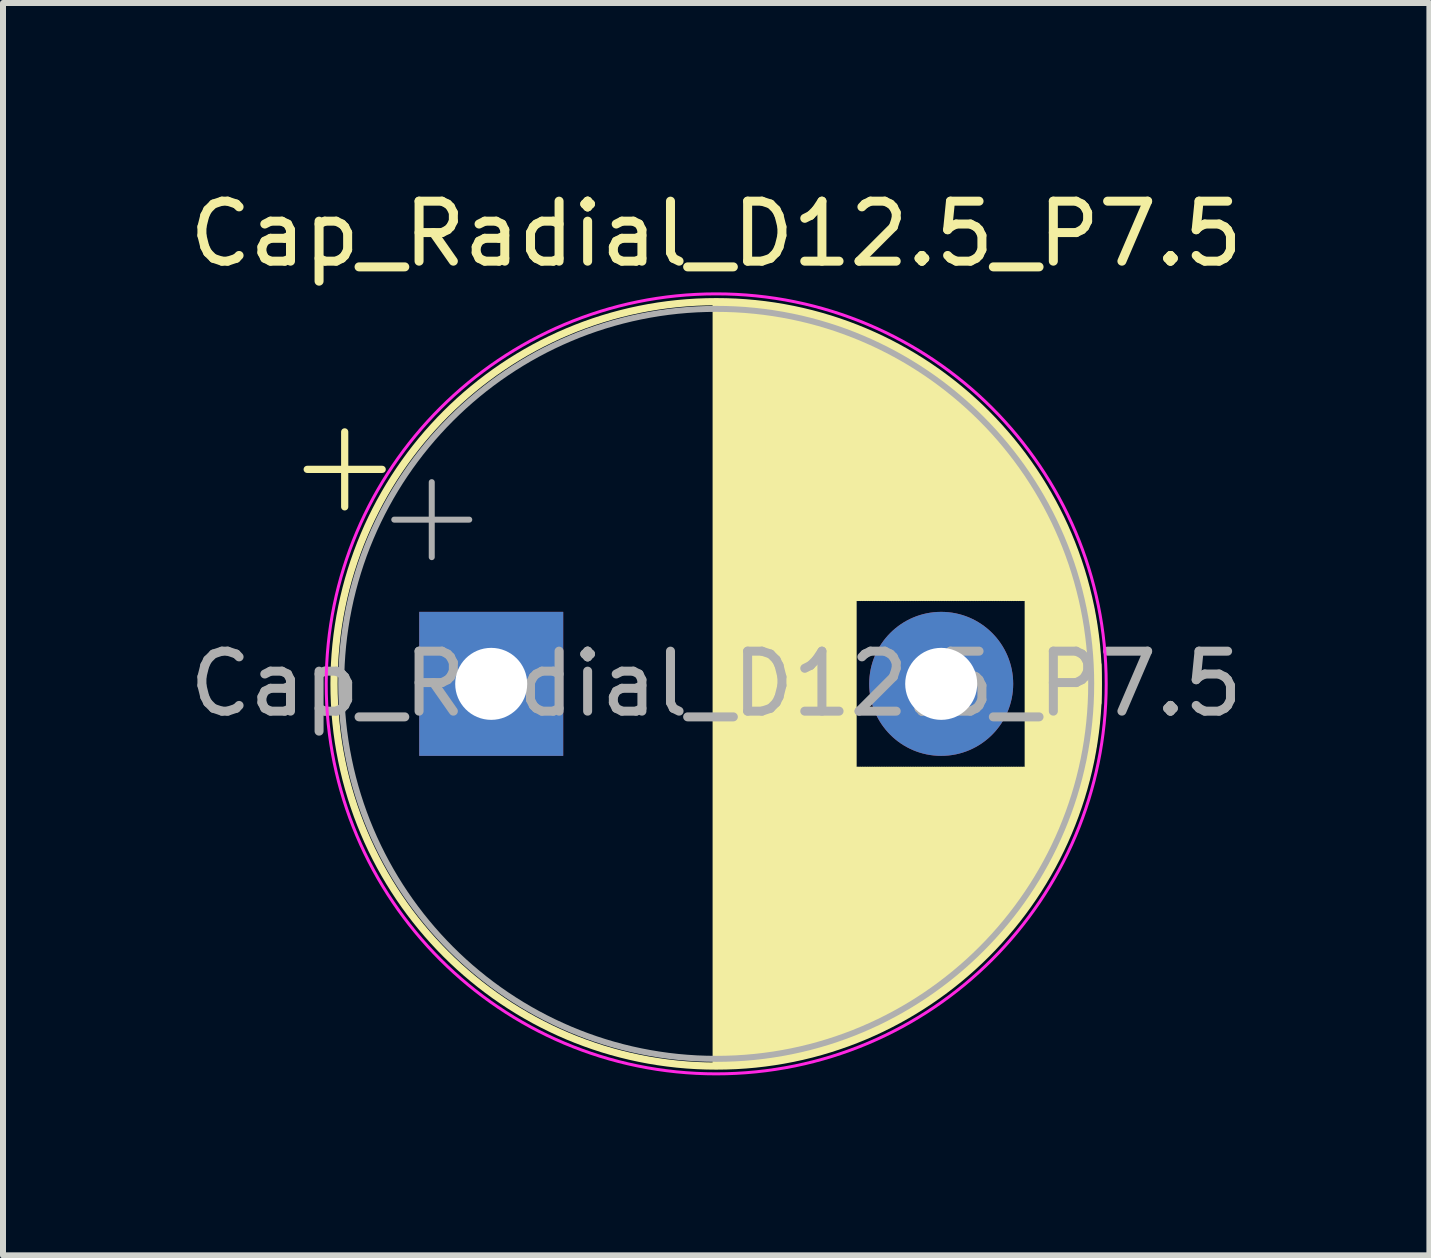
<source format=kicad_pcb>
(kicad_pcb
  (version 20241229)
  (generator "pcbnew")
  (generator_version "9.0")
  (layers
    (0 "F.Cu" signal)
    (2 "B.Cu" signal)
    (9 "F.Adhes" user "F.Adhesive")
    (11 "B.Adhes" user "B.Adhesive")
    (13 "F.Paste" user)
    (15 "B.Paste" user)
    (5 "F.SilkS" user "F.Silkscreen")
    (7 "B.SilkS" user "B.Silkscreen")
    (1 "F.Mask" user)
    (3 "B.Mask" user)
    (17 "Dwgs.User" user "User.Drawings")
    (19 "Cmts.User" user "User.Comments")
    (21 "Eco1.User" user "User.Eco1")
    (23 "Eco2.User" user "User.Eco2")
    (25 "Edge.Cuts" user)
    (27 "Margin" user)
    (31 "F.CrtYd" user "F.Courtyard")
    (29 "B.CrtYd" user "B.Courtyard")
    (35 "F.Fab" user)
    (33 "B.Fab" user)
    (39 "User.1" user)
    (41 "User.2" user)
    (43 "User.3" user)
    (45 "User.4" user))
  (footprint "Cap_Radial_D12.5_P7.5"
    (layer "F.Cu")
    (at 5.137 8.348)
    (property "Reference" "Cap_Radial_D12.5_P7.5" (at 3.75 -7.5 0) (layer "F.SilkS") (effects (font (size 1 1) (thickness 0.15))))
    (fp_line (start -3.067 -3.575) (end -1.817 -3.575) (stroke (width 0.12) (type solid)) (layer "F.SilkS"))
    (fp_line (start -2.442 -4.2) (end -2.442 -2.95) (stroke (width 0.12) (type solid)) (layer "F.SilkS"))
    (fp_line (start 3.75 -6.33) (end 3.75 6.33) (stroke (width 0.12) (type solid)) (layer "F.SilkS"))
    (fp_line (start 3.79 -6.33) (end 3.79 6.33) (stroke (width 0.12) (type solid)) (layer "F.SilkS"))
    (fp_line (start 3.83 -6.33) (end 3.83 6.33) (stroke (width 0.12) (type solid)) (layer "F.SilkS"))
    (fp_line (start 3.87 -6.329) (end 3.87 6.329) (stroke (width 0.12) (type solid)) (layer "F.SilkS"))
    (fp_line (start 3.91 -6.328) (end 3.91 6.328) (stroke (width 0.12) (type solid)) (layer "F.SilkS"))
    (fp_line (start 3.95 -6.327) (end 3.95 6.327) (stroke (width 0.12) (type solid)) (layer "F.SilkS"))
    (fp_line (start 3.99 -6.326) (end 3.99 6.326) (stroke (width 0.12) (type solid)) (layer "F.SilkS"))
    (fp_line (start 4.03 -6.324) (end 4.03 6.324) (stroke (width 0.12) (type solid)) (layer "F.SilkS"))
    (fp_line (start 4.07 -6.322) (end 4.07 6.322) (stroke (width 0.12) (type solid)) (layer "F.SilkS"))
    (fp_line (start 4.11 -6.32) (end 4.11 6.32) (stroke (width 0.12) (type solid)) (layer "F.SilkS"))
    (fp_line (start 4.15 -6.318) (end 4.15 6.318) (stroke (width 0.12) (type solid)) (layer "F.SilkS"))
    (fp_line (start 4.19 -6.315) (end 4.19 6.315) (stroke (width 0.12) (type solid)) (layer "F.SilkS"))
    (fp_line (start 4.23 -6.312) (end 4.23 6.312) (stroke (width 0.12) (type solid)) (layer "F.SilkS"))
    (fp_line (start 4.27 -6.309) (end 4.27 6.309) (stroke (width 0.12) (type solid)) (layer "F.SilkS"))
    (fp_line (start 4.31 -6.306) (end 4.31 6.306) (stroke (width 0.12) (type solid)) (layer "F.SilkS"))
    (fp_line (start 4.35 -6.302) (end 4.35 6.302) (stroke (width 0.12) (type solid)) (layer "F.SilkS"))
    (fp_line (start 4.39 -6.298) (end 4.39 6.298) (stroke (width 0.12) (type solid)) (layer "F.SilkS"))
    (fp_line (start 4.43 -6.294) (end 4.43 6.294) (stroke (width 0.12) (type solid)) (layer "F.SilkS"))
    (fp_line (start 4.471 -6.29) (end 4.471 6.29) (stroke (width 0.12) (type solid)) (layer "F.SilkS"))
    (fp_line (start 4.511 -6.285) (end 4.511 6.285) (stroke (width 0.12) (type solid)) (layer "F.SilkS"))
    (fp_line (start 4.551 -6.28) (end 4.551 6.28) (stroke (width 0.12) (type solid)) (layer "F.SilkS"))
    (fp_line (start 4.591 -6.275) (end 4.591 6.275) (stroke (width 0.12) (type solid)) (layer "F.SilkS"))
    (fp_line (start 4.631 -6.269) (end 4.631 6.269) (stroke (width 0.12) (type solid)) (layer "F.SilkS"))
    (fp_line (start 4.671 -6.264) (end 4.671 6.264) (stroke (width 0.12) (type solid)) (layer "F.SilkS"))
    (fp_line (start 4.711 -6.258) (end 4.711 6.258) (stroke (width 0.12) (type solid)) (layer "F.SilkS"))
    (fp_line (start 4.751 -6.252) (end 4.751 6.252) (stroke (width 0.12) (type solid)) (layer "F.SilkS"))
    (fp_line (start 4.791 -6.245) (end 4.791 6.245) (stroke (width 0.12) (type solid)) (layer "F.SilkS"))
    (fp_line (start 4.831 -6.238) (end 4.831 6.238) (stroke (width 0.12) (type solid)) (layer "F.SilkS"))
    (fp_line (start 4.871 -6.231) (end 4.871 6.231) (stroke (width 0.12) (type solid)) (layer "F.SilkS"))
    (fp_line (start 4.911 -6.224) (end 4.911 6.224) (stroke (width 0.12) (type solid)) (layer "F.SilkS"))
    (fp_line (start 4.951 -6.216) (end 4.951 6.216) (stroke (width 0.12) (type solid)) (layer "F.SilkS"))
    (fp_line (start 4.991 -6.209) (end 4.991 6.209) (stroke (width 0.12) (type solid)) (layer "F.SilkS"))
    (fp_line (start 5.031 -6.201) (end 5.031 6.201) (stroke (width 0.12) (type solid)) (layer "F.SilkS"))
    (fp_line (start 5.071 -6.192) (end 5.071 6.192) (stroke (width 0.12) (type solid)) (layer "F.SilkS"))
    (fp_line (start 5.111 -6.184) (end 5.111 6.184) (stroke (width 0.12) (type solid)) (layer "F.SilkS"))
    (fp_line (start 5.151 -6.175) (end 5.151 6.175) (stroke (width 0.12) (type solid)) (layer "F.SilkS"))
    (fp_line (start 5.191 -6.166) (end 5.191 6.166) (stroke (width 0.12) (type solid)) (layer "F.SilkS"))
    (fp_line (start 5.231 -6.156) (end 5.231 6.156) (stroke (width 0.12) (type solid)) (layer "F.SilkS"))
    (fp_line (start 5.271 -6.146) (end 5.271 6.146) (stroke (width 0.12) (type solid)) (layer "F.SilkS"))
    (fp_line (start 5.311 -6.137) (end 5.311 6.137) (stroke (width 0.12) (type solid)) (layer "F.SilkS"))
    (fp_line (start 5.351 -6.126) (end 5.351 6.126) (stroke (width 0.12) (type solid)) (layer "F.SilkS"))
    (fp_line (start 5.391 -6.116) (end 5.391 6.116) (stroke (width 0.12) (type solid)) (layer "F.SilkS"))
    (fp_line (start 5.431 -6.105) (end 5.431 6.105) (stroke (width 0.12) (type solid)) (layer "F.SilkS"))
    (fp_line (start 5.471 -6.094) (end 5.471 6.094) (stroke (width 0.12) (type solid)) (layer "F.SilkS"))
    (fp_line (start 5.511 -6.083) (end 5.511 6.083) (stroke (width 0.12) (type solid)) (layer "F.SilkS"))
    (fp_line (start 5.551 -6.071) (end 5.551 6.071) (stroke (width 0.12) (type solid)) (layer "F.SilkS"))
    (fp_line (start 5.591 -6.059) (end 5.591 6.059) (stroke (width 0.12) (type solid)) (layer "F.SilkS"))
    (fp_line (start 5.631 -6.047) (end 5.631 6.047) (stroke (width 0.12) (type solid)) (layer "F.SilkS"))
    (fp_line (start 5.671 -6.034) (end 5.671 6.034) (stroke (width 0.12) (type solid)) (layer "F.SilkS"))
    (fp_line (start 5.711 -6.021) (end 5.711 6.021) (stroke (width 0.12) (type solid)) (layer "F.SilkS"))
    (fp_line (start 5.751 -6.008) (end 5.751 6.008) (stroke (width 0.12) (type solid)) (layer "F.SilkS"))
    (fp_line (start 5.791 -5.995) (end 5.791 5.995) (stroke (width 0.12) (type solid)) (layer "F.SilkS"))
    (fp_line (start 5.831 -5.981) (end 5.831 5.981) (stroke (width 0.12) (type solid)) (layer "F.SilkS"))
    (fp_line (start 5.871 -5.967) (end 5.871 5.967) (stroke (width 0.12) (type solid)) (layer "F.SilkS"))
    (fp_line (start 5.911 -5.953) (end 5.911 5.953) (stroke (width 0.12) (type solid)) (layer "F.SilkS"))
    (fp_line (start 5.951 -5.939) (end 5.951 5.939) (stroke (width 0.12) (type solid)) (layer "F.SilkS"))
    (fp_line (start 5.991 -5.924) (end 5.991 5.924) (stroke (width 0.12) (type solid)) (layer "F.SilkS"))
    (fp_line (start 6.031 -5.908) (end 6.031 5.908) (stroke (width 0.12) (type solid)) (layer "F.SilkS"))
    (fp_line (start 6.071 -5.893) (end 6.071 -1.44) (stroke (width 0.12) (type solid)) (layer "F.SilkS"))
    (fp_line (start 6.071 1.44) (end 6.071 5.893) (stroke (width 0.12) (type solid)) (layer "F.SilkS"))
    (fp_line (start 6.111 -5.877) (end 6.111 -1.44) (stroke (width 0.12) (type solid)) (layer "F.SilkS"))
    (fp_line (start 6.111 1.44) (end 6.111 5.877) (stroke (width 0.12) (type solid)) (layer "F.SilkS"))
    (fp_line (start 6.151 -5.861) (end 6.151 -1.44) (stroke (width 0.12) (type solid)) (layer "F.SilkS"))
    (fp_line (start 6.151 1.44) (end 6.151 5.861) (stroke (width 0.12) (type solid)) (layer "F.SilkS"))
    (fp_line (start 6.191 -5.845) (end 6.191 -1.44) (stroke (width 0.12) (type solid)) (layer "F.SilkS"))
    (fp_line (start 6.191 1.44) (end 6.191 5.845) (stroke (width 0.12) (type solid)) (layer "F.SilkS"))
    (fp_line (start 6.231 -5.828) (end 6.231 -1.44) (stroke (width 0.12) (type solid)) (layer "F.SilkS"))
    (fp_line (start 6.231 1.44) (end 6.231 5.828) (stroke (width 0.12) (type solid)) (layer "F.SilkS"))
    (fp_line (start 6.271 -5.811) (end 6.271 -1.44) (stroke (width 0.12) (type solid)) (layer "F.SilkS"))
    (fp_line (start 6.271 1.44) (end 6.271 5.811) (stroke (width 0.12) (type solid)) (layer "F.SilkS"))
    (fp_line (start 6.311 -5.793) (end 6.311 -1.44) (stroke (width 0.12) (type solid)) (layer "F.SilkS"))
    (fp_line (start 6.311 1.44) (end 6.311 5.793) (stroke (width 0.12) (type solid)) (layer "F.SilkS"))
    (fp_line (start 6.351 -5.776) (end 6.351 -1.44) (stroke (width 0.12) (type solid)) (layer "F.SilkS"))
    (fp_line (start 6.351 1.44) (end 6.351 5.776) (stroke (width 0.12) (type solid)) (layer "F.SilkS"))
    (fp_line (start 6.391 -5.758) (end 6.391 -1.44) (stroke (width 0.12) (type solid)) (layer "F.SilkS"))
    (fp_line (start 6.391 1.44) (end 6.391 5.758) (stroke (width 0.12) (type solid)) (layer "F.SilkS"))
    (fp_line (start 6.431 -5.739) (end 6.431 -1.44) (stroke (width 0.12) (type solid)) (layer "F.SilkS"))
    (fp_line (start 6.431 1.44) (end 6.431 5.739) (stroke (width 0.12) (type solid)) (layer "F.SilkS"))
    (fp_line (start 6.471 -5.721) (end 6.471 -1.44) (stroke (width 0.12) (type solid)) (layer "F.SilkS"))
    (fp_line (start 6.471 1.44) (end 6.471 5.721) (stroke (width 0.12) (type solid)) (layer "F.SilkS"))
    (fp_line (start 6.511 -5.702) (end 6.511 -1.44) (stroke (width 0.12) (type solid)) (layer "F.SilkS"))
    (fp_line (start 6.511 1.44) (end 6.511 5.702) (stroke (width 0.12) (type solid)) (layer "F.SilkS"))
    (fp_line (start 6.551 -5.682) (end 6.551 -1.44) (stroke (width 0.12) (type solid)) (layer "F.SilkS"))
    (fp_line (start 6.551 1.44) (end 6.551 5.682) (stroke (width 0.12) (type solid)) (layer "F.SilkS"))
    (fp_line (start 6.591 -5.662) (end 6.591 -1.44) (stroke (width 0.12) (type solid)) (layer "F.SilkS"))
    (fp_line (start 6.591 1.44) (end 6.591 5.662) (stroke (width 0.12) (type solid)) (layer "F.SilkS"))
    (fp_line (start 6.631 -5.642) (end 6.631 -1.44) (stroke (width 0.12) (type solid)) (layer "F.SilkS"))
    (fp_line (start 6.631 1.44) (end 6.631 5.642) (stroke (width 0.12) (type solid)) (layer "F.SilkS"))
    (fp_line (start 6.671 -5.622) (end 6.671 -1.44) (stroke (width 0.12) (type solid)) (layer "F.SilkS"))
    (fp_line (start 6.671 1.44) (end 6.671 5.622) (stroke (width 0.12) (type solid)) (layer "F.SilkS"))
    (fp_line (start 6.711 -5.601) (end 6.711 -1.44) (stroke (width 0.12) (type solid)) (layer "F.SilkS"))
    (fp_line (start 6.711 1.44) (end 6.711 5.601) (stroke (width 0.12) (type solid)) (layer "F.SilkS"))
    (fp_line (start 6.751 -5.58) (end 6.751 -1.44) (stroke (width 0.12) (type solid)) (layer "F.SilkS"))
    (fp_line (start 6.751 1.44) (end 6.751 5.58) (stroke (width 0.12) (type solid)) (layer "F.SilkS"))
    (fp_line (start 6.791 -5.558) (end 6.791 -1.44) (stroke (width 0.12) (type solid)) (layer "F.SilkS"))
    (fp_line (start 6.791 1.44) (end 6.791 5.558) (stroke (width 0.12) (type solid)) (layer "F.SilkS"))
    (fp_line (start 6.831 -5.536) (end 6.831 -1.44) (stroke (width 0.12) (type solid)) (layer "F.SilkS"))
    (fp_line (start 6.831 1.44) (end 6.831 5.536) (stroke (width 0.12) (type solid)) (layer "F.SilkS"))
    (fp_line (start 6.871 -5.514) (end 6.871 -1.44) (stroke (width 0.12) (type solid)) (layer "F.SilkS"))
    (fp_line (start 6.871 1.44) (end 6.871 5.514) (stroke (width 0.12) (type solid)) (layer "F.SilkS"))
    (fp_line (start 6.911 -5.491) (end 6.911 -1.44) (stroke (width 0.12) (type solid)) (layer "F.SilkS"))
    (fp_line (start 6.911 1.44) (end 6.911 5.491) (stroke (width 0.12) (type solid)) (layer "F.SilkS"))
    (fp_line (start 6.951 -5.468) (end 6.951 -1.44) (stroke (width 0.12) (type solid)) (layer "F.SilkS"))
    (fp_line (start 6.951 1.44) (end 6.951 5.468) (stroke (width 0.12) (type solid)) (layer "F.SilkS"))
    (fp_line (start 6.991 -5.445) (end 6.991 -1.44) (stroke (width 0.12) (type solid)) (layer "F.SilkS"))
    (fp_line (start 6.991 1.44) (end 6.991 5.445) (stroke (width 0.12) (type solid)) (layer "F.SilkS"))
    (fp_line (start 7.031 -5.421) (end 7.031 -1.44) (stroke (width 0.12) (type solid)) (layer "F.SilkS"))
    (fp_line (start 7.031 1.44) (end 7.031 5.421) (stroke (width 0.12) (type solid)) (layer "F.SilkS"))
    (fp_line (start 7.071 -5.397) (end 7.071 -1.44) (stroke (width 0.12) (type solid)) (layer "F.SilkS"))
    (fp_line (start 7.071 1.44) (end 7.071 5.397) (stroke (width 0.12) (type solid)) (layer "F.SilkS"))
    (fp_line (start 7.111 -5.372) (end 7.111 -1.44) (stroke (width 0.12) (type solid)) (layer "F.SilkS"))
    (fp_line (start 7.111 1.44) (end 7.111 5.372) (stroke (width 0.12) (type solid)) (layer "F.SilkS"))
    (fp_line (start 7.151 -5.347) (end 7.151 -1.44) (stroke (width 0.12) (type solid)) (layer "F.SilkS"))
    (fp_line (start 7.151 1.44) (end 7.151 5.347) (stroke (width 0.12) (type solid)) (layer "F.SilkS"))
    (fp_line (start 7.191 -5.322) (end 7.191 -1.44) (stroke (width 0.12) (type solid)) (layer "F.SilkS"))
    (fp_line (start 7.191 1.44) (end 7.191 5.322) (stroke (width 0.12) (type solid)) (layer "F.SilkS"))
    (fp_line (start 7.231 -5.296) (end 7.231 -1.44) (stroke (width 0.12) (type solid)) (layer "F.SilkS"))
    (fp_line (start 7.231 1.44) (end 7.231 5.296) (stroke (width 0.12) (type solid)) (layer "F.SilkS"))
    (fp_line (start 7.271 -5.27) (end 7.271 -1.44) (stroke (width 0.12) (type solid)) (layer "F.SilkS"))
    (fp_line (start 7.271 1.44) (end 7.271 5.27) (stroke (width 0.12) (type solid)) (layer "F.SilkS"))
    (fp_line (start 7.311 -5.243) (end 7.311 -1.44) (stroke (width 0.12) (type solid)) (layer "F.SilkS"))
    (fp_line (start 7.311 1.44) (end 7.311 5.243) (stroke (width 0.12) (type solid)) (layer "F.SilkS"))
    (fp_line (start 7.351 -5.216) (end 7.351 -1.44) (stroke (width 0.12) (type solid)) (layer "F.SilkS"))
    (fp_line (start 7.351 1.44) (end 7.351 5.216) (stroke (width 0.12) (type solid)) (layer "F.SilkS"))
    (fp_line (start 7.391 -5.188) (end 7.391 -1.44) (stroke (width 0.12) (type solid)) (layer "F.SilkS"))
    (fp_line (start 7.391 1.44) (end 7.391 5.188) (stroke (width 0.12) (type solid)) (layer "F.SilkS"))
    (fp_line (start 7.431 -5.16) (end 7.431 -1.44) (stroke (width 0.12) (type solid)) (layer "F.SilkS"))
    (fp_line (start 7.431 1.44) (end 7.431 5.16) (stroke (width 0.12) (type solid)) (layer "F.SilkS"))
    (fp_line (start 7.471 -5.131) (end 7.471 -1.44) (stroke (width 0.12) (type solid)) (layer "F.SilkS"))
    (fp_line (start 7.471 1.44) (end 7.471 5.131) (stroke (width 0.12) (type solid)) (layer "F.SilkS"))
    (fp_line (start 7.511 -5.102) (end 7.511 -1.44) (stroke (width 0.12) (type solid)) (layer "F.SilkS"))
    (fp_line (start 7.511 1.44) (end 7.511 5.102) (stroke (width 0.12) (type solid)) (layer "F.SilkS"))
    (fp_line (start 7.551 -5.073) (end 7.551 -1.44) (stroke (width 0.12) (type solid)) (layer "F.SilkS"))
    (fp_line (start 7.551 1.44) (end 7.551 5.073) (stroke (width 0.12) (type solid)) (layer "F.SilkS"))
    (fp_line (start 7.591 -5.043) (end 7.591 -1.44) (stroke (width 0.12) (type solid)) (layer "F.SilkS"))
    (fp_line (start 7.591 1.44) (end 7.591 5.043) (stroke (width 0.12) (type solid)) (layer "F.SilkS"))
    (fp_line (start 7.631 -5.012) (end 7.631 -1.44) (stroke (width 0.12) (type solid)) (layer "F.SilkS"))
    (fp_line (start 7.631 1.44) (end 7.631 5.012) (stroke (width 0.12) (type solid)) (layer "F.SilkS"))
    (fp_line (start 7.671 -4.982) (end 7.671 -1.44) (stroke (width 0.12) (type solid)) (layer "F.SilkS"))
    (fp_line (start 7.671 1.44) (end 7.671 4.982) (stroke (width 0.12) (type solid)) (layer "F.SilkS"))
    (fp_line (start 7.711 -4.95) (end 7.711 -1.44) (stroke (width 0.12) (type solid)) (layer "F.SilkS"))
    (fp_line (start 7.711 1.44) (end 7.711 4.95) (stroke (width 0.12) (type solid)) (layer "F.SilkS"))
    (fp_line (start 7.751 -4.918) (end 7.751 -1.44) (stroke (width 0.12) (type solid)) (layer "F.SilkS"))
    (fp_line (start 7.751 1.44) (end 7.751 4.918) (stroke (width 0.12) (type solid)) (layer "F.SilkS"))
    (fp_line (start 7.791 -4.885) (end 7.791 -1.44) (stroke (width 0.12) (type solid)) (layer "F.SilkS"))
    (fp_line (start 7.791 1.44) (end 7.791 4.885) (stroke (width 0.12) (type solid)) (layer "F.SilkS"))
    (fp_line (start 7.831 -4.852) (end 7.831 -1.44) (stroke (width 0.12) (type solid)) (layer "F.SilkS"))
    (fp_line (start 7.831 1.44) (end 7.831 4.852) (stroke (width 0.12) (type solid)) (layer "F.SilkS"))
    (fp_line (start 7.871 -4.819) (end 7.871 -1.44) (stroke (width 0.12) (type solid)) (layer "F.SilkS"))
    (fp_line (start 7.871 1.44) (end 7.871 4.819) (stroke (width 0.12) (type solid)) (layer "F.SilkS"))
    (fp_line (start 7.911 -4.785) (end 7.911 -1.44) (stroke (width 0.12) (type solid)) (layer "F.SilkS"))
    (fp_line (start 7.911 1.44) (end 7.911 4.785) (stroke (width 0.12) (type solid)) (layer "F.SilkS"))
    (fp_line (start 7.951 -4.75) (end 7.951 -1.44) (stroke (width 0.12) (type solid)) (layer "F.SilkS"))
    (fp_line (start 7.951 1.44) (end 7.951 4.75) (stroke (width 0.12) (type solid)) (layer "F.SilkS"))
    (fp_line (start 7.991 -4.714) (end 7.991 -1.44) (stroke (width 0.12) (type solid)) (layer "F.SilkS"))
    (fp_line (start 7.991 1.44) (end 7.991 4.714) (stroke (width 0.12) (type solid)) (layer "F.SilkS"))
    (fp_line (start 8.031 -4.678) (end 8.031 -1.44) (stroke (width 0.12) (type solid)) (layer "F.SilkS"))
    (fp_line (start 8.031 1.44) (end 8.031 4.678) (stroke (width 0.12) (type solid)) (layer "F.SilkS"))
    (fp_line (start 8.071 -4.642) (end 8.071 -1.44) (stroke (width 0.12) (type solid)) (layer "F.SilkS"))
    (fp_line (start 8.071 1.44) (end 8.071 4.642) (stroke (width 0.12) (type solid)) (layer "F.SilkS"))
    (fp_line (start 8.111 -4.605) (end 8.111 -1.44) (stroke (width 0.12) (type solid)) (layer "F.SilkS"))
    (fp_line (start 8.111 1.44) (end 8.111 4.605) (stroke (width 0.12) (type solid)) (layer "F.SilkS"))
    (fp_line (start 8.151 -4.567) (end 8.151 -1.44) (stroke (width 0.12) (type solid)) (layer "F.SilkS"))
    (fp_line (start 8.151 1.44) (end 8.151 4.567) (stroke (width 0.12) (type solid)) (layer "F.SilkS"))
    (fp_line (start 8.191 -4.528) (end 8.191 -1.44) (stroke (width 0.12) (type solid)) (layer "F.SilkS"))
    (fp_line (start 8.191 1.44) (end 8.191 4.528) (stroke (width 0.12) (type solid)) (layer "F.SilkS"))
    (fp_line (start 8.231 -4.489) (end 8.231 -1.44) (stroke (width 0.12) (type solid)) (layer "F.SilkS"))
    (fp_line (start 8.231 1.44) (end 8.231 4.489) (stroke (width 0.12) (type solid)) (layer "F.SilkS"))
    (fp_line (start 8.271 -4.449) (end 8.271 -1.44) (stroke (width 0.12) (type solid)) (layer "F.SilkS"))
    (fp_line (start 8.271 1.44) (end 8.271 4.449) (stroke (width 0.12) (type solid)) (layer "F.SilkS"))
    (fp_line (start 8.311 -4.408) (end 8.311 -1.44) (stroke (width 0.12) (type solid)) (layer "F.SilkS"))
    (fp_line (start 8.311 1.44) (end 8.311 4.408) (stroke (width 0.12) (type solid)) (layer "F.SilkS"))
    (fp_line (start 8.351 -4.367) (end 8.351 -1.44) (stroke (width 0.12) (type solid)) (layer "F.SilkS"))
    (fp_line (start 8.351 1.44) (end 8.351 4.367) (stroke (width 0.12) (type solid)) (layer "F.SilkS"))
    (fp_line (start 8.391 -4.325) (end 8.391 -1.44) (stroke (width 0.12) (type solid)) (layer "F.SilkS"))
    (fp_line (start 8.391 1.44) (end 8.391 4.325) (stroke (width 0.12) (type solid)) (layer "F.SilkS"))
    (fp_line (start 8.431 -4.282) (end 8.431 -1.44) (stroke (width 0.12) (type solid)) (layer "F.SilkS"))
    (fp_line (start 8.431 1.44) (end 8.431 4.282) (stroke (width 0.12) (type solid)) (layer "F.SilkS"))
    (fp_line (start 8.471 -4.238) (end 8.471 -1.44) (stroke (width 0.12) (type solid)) (layer "F.SilkS"))
    (fp_line (start 8.471 1.44) (end 8.471 4.238) (stroke (width 0.12) (type solid)) (layer "F.SilkS"))
    (fp_line (start 8.511 -4.194) (end 8.511 -1.44) (stroke (width 0.12) (type solid)) (layer "F.SilkS"))
    (fp_line (start 8.511 1.44) (end 8.511 4.194) (stroke (width 0.12) (type solid)) (layer "F.SilkS"))
    (fp_line (start 8.551 -4.148) (end 8.551 -1.44) (stroke (width 0.12) (type solid)) (layer "F.SilkS"))
    (fp_line (start 8.551 1.44) (end 8.551 4.148) (stroke (width 0.12) (type solid)) (layer "F.SilkS"))
    (fp_line (start 8.591 -4.102) (end 8.591 -1.44) (stroke (width 0.12) (type solid)) (layer "F.SilkS"))
    (fp_line (start 8.591 1.44) (end 8.591 4.102) (stroke (width 0.12) (type solid)) (layer "F.SilkS"))
    (fp_line (start 8.631 -4.055) (end 8.631 -1.44) (stroke (width 0.12) (type solid)) (layer "F.SilkS"))
    (fp_line (start 8.631 1.44) (end 8.631 4.055) (stroke (width 0.12) (type solid)) (layer "F.SilkS"))
    (fp_line (start 8.671 -4.007) (end 8.671 -1.44) (stroke (width 0.12) (type solid)) (layer "F.SilkS"))
    (fp_line (start 8.671 1.44) (end 8.671 4.007) (stroke (width 0.12) (type solid)) (layer "F.SilkS"))
    (fp_line (start 8.711 -3.957) (end 8.711 -1.44) (stroke (width 0.12) (type solid)) (layer "F.SilkS"))
    (fp_line (start 8.711 1.44) (end 8.711 3.957) (stroke (width 0.12) (type solid)) (layer "F.SilkS"))
    (fp_line (start 8.751 -3.907) (end 8.751 -1.44) (stroke (width 0.12) (type solid)) (layer "F.SilkS"))
    (fp_line (start 8.751 1.44) (end 8.751 3.907) (stroke (width 0.12) (type solid)) (layer "F.SilkS"))
    (fp_line (start 8.791 -3.856) (end 8.791 -1.44) (stroke (width 0.12) (type solid)) (layer "F.SilkS"))
    (fp_line (start 8.791 1.44) (end 8.791 3.856) (stroke (width 0.12) (type solid)) (layer "F.SilkS"))
    (fp_line (start 8.831 -3.804) (end 8.831 -1.44) (stroke (width 0.12) (type solid)) (layer "F.SilkS"))
    (fp_line (start 8.831 1.44) (end 8.831 3.804) (stroke (width 0.12) (type solid)) (layer "F.SilkS"))
    (fp_line (start 8.871 -3.75) (end 8.871 -1.44) (stroke (width 0.12) (type solid)) (layer "F.SilkS"))
    (fp_line (start 8.871 1.44) (end 8.871 3.75) (stroke (width 0.12) (type solid)) (layer "F.SilkS"))
    (fp_line (start 8.911 -3.696) (end 8.911 -1.44) (stroke (width 0.12) (type solid)) (layer "F.SilkS"))
    (fp_line (start 8.911 1.44) (end 8.911 3.696) (stroke (width 0.12) (type solid)) (layer "F.SilkS"))
    (fp_line (start 8.951 -3.64) (end 8.951 3.64) (stroke (width 0.12) (type solid)) (layer "F.SilkS"))
    (fp_line (start 8.991 -3.583) (end 8.991 3.583) (stroke (width 0.12) (type solid)) (layer "F.SilkS"))
    (fp_line (start 9.031 -3.524) (end 9.031 3.524) (stroke (width 0.12) (type solid)) (layer "F.SilkS"))
    (fp_line (start 9.071 -3.464) (end 9.071 3.464) (stroke (width 0.12) (type solid)) (layer "F.SilkS"))
    (fp_line (start 9.111 -3.402) (end 9.111 3.402) (stroke (width 0.12) (type solid)) (layer "F.SilkS"))
    (fp_line (start 9.151 -3.339) (end 9.151 3.339) (stroke (width 0.12) (type solid)) (layer "F.SilkS"))
    (fp_line (start 9.191 -3.275) (end 9.191 3.275) (stroke (width 0.12) (type solid)) (layer "F.SilkS"))
    (fp_line (start 9.231 -3.208) (end 9.231 3.208) (stroke (width 0.12) (type solid)) (layer "F.SilkS"))
    (fp_line (start 9.271 -3.14) (end 9.271 3.14) (stroke (width 0.12) (type solid)) (layer "F.SilkS"))
    (fp_line (start 9.311 -3.069) (end 9.311 3.069) (stroke (width 0.12) (type solid)) (layer "F.SilkS"))
    (fp_line (start 9.351 -2.996) (end 9.351 2.996) (stroke (width 0.12) (type solid)) (layer "F.SilkS"))
    (fp_line (start 9.391 -2.921) (end 9.391 2.921) (stroke (width 0.12) (type solid)) (layer "F.SilkS"))
    (fp_line (start 9.431 -2.844) (end 9.431 2.844) (stroke (width 0.12) (type solid)) (layer "F.SilkS"))
    (fp_line (start 9.471 -2.764) (end 9.471 2.764) (stroke (width 0.12) (type solid)) (layer "F.SilkS"))
    (fp_line (start 9.511 -2.681) (end 9.511 2.681) (stroke (width 0.12) (type solid)) (layer "F.SilkS"))
    (fp_line (start 9.551 -2.594) (end 9.551 2.594) (stroke (width 0.12) (type solid)) (layer "F.SilkS"))
    (fp_line (start 9.591 -2.504) (end 9.591 2.504) (stroke (width 0.12) (type solid)) (layer "F.SilkS"))
    (fp_line (start 9.631 -2.41) (end 9.631 2.41) (stroke (width 0.12) (type solid)) (layer "F.SilkS"))
    (fp_line (start 9.671 -2.312) (end 9.671 2.312) (stroke (width 0.12) (type solid)) (layer "F.SilkS"))
    (fp_line (start 9.711 -2.209) (end 9.711 2.209) (stroke (width 0.12) (type solid)) (layer "F.SilkS"))
    (fp_line (start 9.751 -2.1) (end 9.751 2.1) (stroke (width 0.12) (type solid)) (layer "F.SilkS"))
    (fp_line (start 9.791 -1.984) (end 9.791 1.984) (stroke (width 0.12) (type solid)) (layer "F.SilkS"))
    (fp_line (start 9.831 -1.861) (end 9.831 1.861) (stroke (width 0.12) (type solid)) (layer "F.SilkS"))
    (fp_line (start 9.871 -1.728) (end 9.871 1.728) (stroke (width 0.12) (type solid)) (layer "F.SilkS"))
    (fp_line (start 9.911 -1.583) (end 9.911 1.583) (stroke (width 0.12) (type solid)) (layer "F.SilkS"))
    (fp_line (start 9.951 -1.422) (end 9.951 1.422) (stroke (width 0.12) (type solid)) (layer "F.SilkS"))
    (fp_line (start 9.991 -1.241) (end 9.991 1.241) (stroke (width 0.12) (type solid)) (layer "F.SilkS"))
    (fp_line (start 10.031 -1.028) (end 10.031 1.028) (stroke (width 0.12) (type solid)) (layer "F.SilkS"))
    (fp_line (start 10.071 -0.757) (end 10.071 0.757) (stroke (width 0.12) (type solid)) (layer "F.SilkS"))
    (fp_line (start 10.111 -0.317) (end 10.111 0.317) (stroke (width 0.12) (type solid)) (layer "F.SilkS"))
    (fp_circle (center 3.75 0) (end 10.12 0) (stroke (width 0.12) (type solid)) (fill no) (layer "F.SilkS"))
    (fp_circle (center 3.75 0) (end 10.25 0) (stroke (width 0.05) (type solid)) (fill no) (layer "F.CrtYd"))
    (fp_line (start -1.616 -2.737) (end -0.366 -2.737) (stroke (width 0.1) (type solid)) (layer "F.Fab"))
    (fp_line (start -0.991 -3.362) (end -0.991 -2.112) (stroke (width 0.1) (type solid)) (layer "F.Fab"))
    (fp_circle (center 3.75 0) (end 10 0) (stroke (width 0.1) (type solid)) (fill no) (layer "F.Fab"))
    (fp_text user "${REFERENCE}" (at 3.75 0 0) (layer "F.Fab") (effects (font (size 1 1) (thickness 0.15))))
    (pad "1" thru_hole rect (at 0 0) (size 2.4 2.4) (drill 1.2) (layers "*.Cu" "*.Mask"))
    (pad "2" thru_hole circle (at 7.5 0) (size 2.4 2.4) (drill 1.2) (layers "*.Cu" "*.Mask")))
  (gr_rect
    (start -3 -3)
    (end 20.774 17.873)
    (stroke (width 0.1) (type default))
    (fill no)
    (layer "Edge.Cuts")))
</source>
